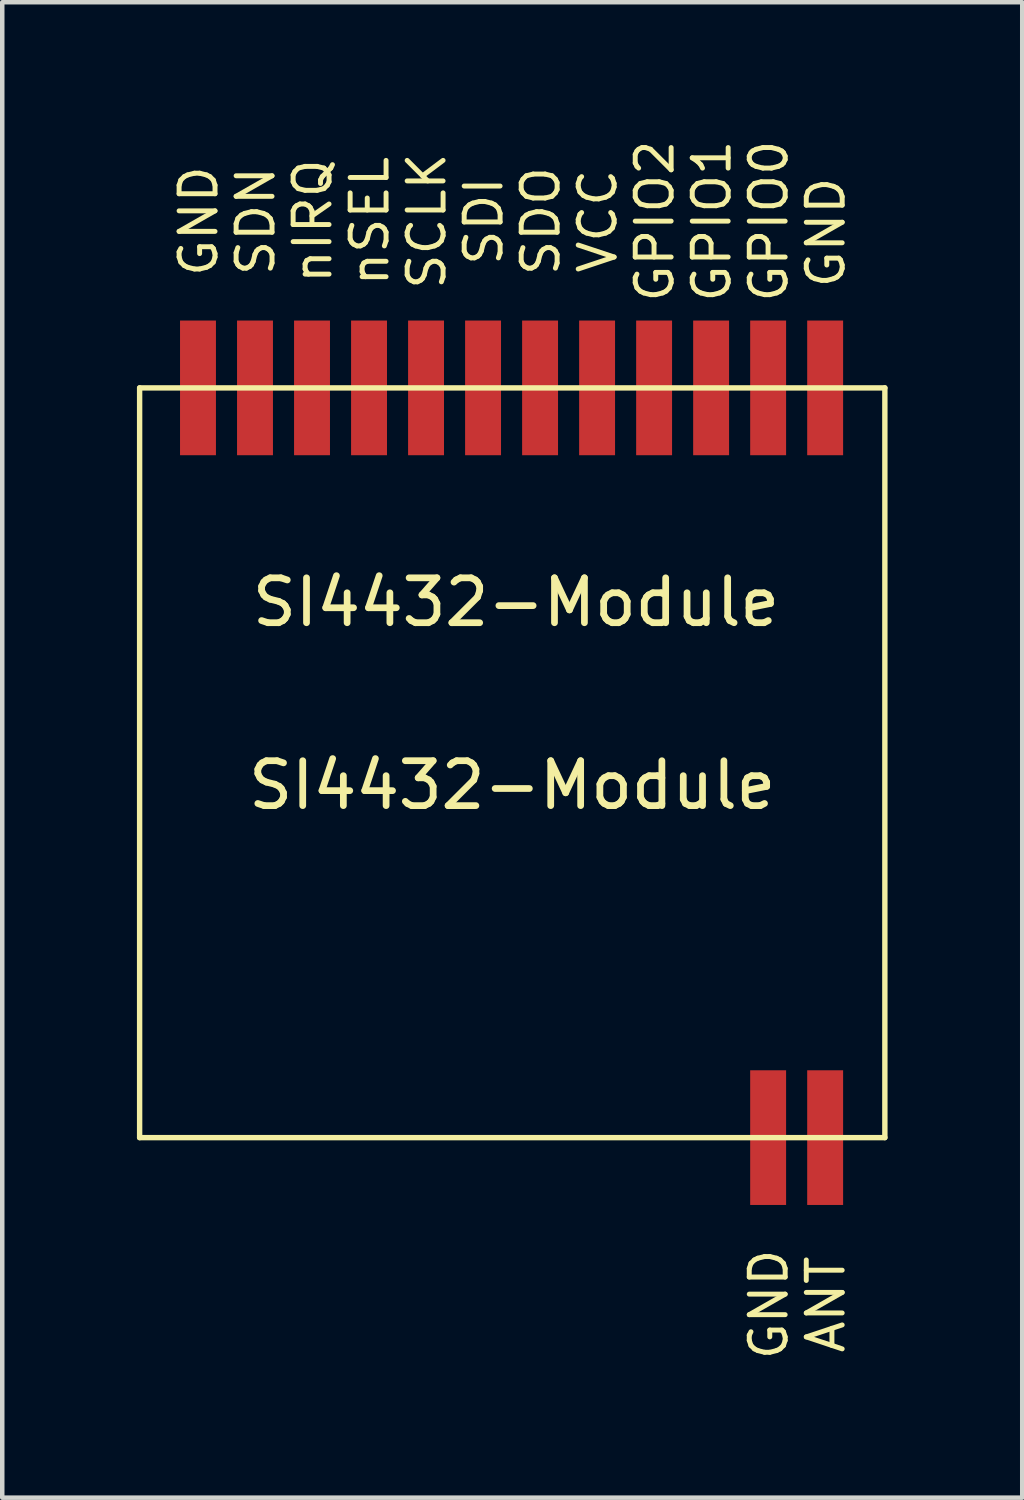
<source format=kicad_pcb>
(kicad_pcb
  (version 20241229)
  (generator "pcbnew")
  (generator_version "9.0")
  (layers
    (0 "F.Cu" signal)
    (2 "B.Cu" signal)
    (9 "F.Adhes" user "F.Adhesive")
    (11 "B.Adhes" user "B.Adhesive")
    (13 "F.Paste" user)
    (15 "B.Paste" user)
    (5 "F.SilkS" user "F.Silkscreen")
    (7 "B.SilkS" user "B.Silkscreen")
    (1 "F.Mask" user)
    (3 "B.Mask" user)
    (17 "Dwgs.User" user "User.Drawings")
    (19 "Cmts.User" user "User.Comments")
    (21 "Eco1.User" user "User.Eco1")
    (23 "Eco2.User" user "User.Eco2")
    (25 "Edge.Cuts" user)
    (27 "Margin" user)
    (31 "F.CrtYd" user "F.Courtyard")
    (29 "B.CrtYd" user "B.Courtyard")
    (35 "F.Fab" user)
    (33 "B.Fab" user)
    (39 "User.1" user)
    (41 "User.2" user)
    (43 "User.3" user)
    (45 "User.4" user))
  (footprint "SI4432-Module"
    (layer "F.Cu")
    (at 8.36 13.94)
    (property "Reference" "SI4432-Module" (at 0 0.5 0) (layer "F.SilkS") (effects (font (size 1 1) (thickness 0.15))))
    (attr through_hole)
    (fp_line (start -8.3 -8.35) (end -8.3 8.35) (stroke (width 0.12) (type solid)) (layer "F.SilkS"))
    (fp_line (start -8.3 -8.35) (end 8.3 -8.35) (stroke (width 0.12) (type solid)) (layer "F.SilkS"))
    (fp_line (start -8.3 8.35) (end 8.3 8.35) (stroke (width 0.12) (type solid)) (layer "F.SilkS"))
    (fp_line (start 8.3 -8.35) (end 8.3 8.35) (stroke (width 0.12) (type solid)) (layer "F.SilkS"))
    (fp_text user "ANT" (at 6.985 12.065 90) (layer "F.SilkS") (effects (font (size 0.8 0.8) (thickness 0.11))))
    (fp_text user "SDI" (at -0.635 -12.065 90) (layer "F.SilkS") (effects (font (size 0.8 0.8) (thickness 0.11))))
    (fp_text user "VCC" (at 1.905 -12.065 90) (layer "F.SilkS") (effects (font (size 0.8 0.8) (thickness 0.11))))
    (fp_text user "GND" (at 5.715 12.065 90) (layer "F.SilkS") (effects (font (size 0.8 0.8) (thickness 0.11))))
    (fp_text user "GPIO1" (at 4.445 -12.065 90) (layer "F.SilkS") (effects (font (size 0.8 0.8) (thickness 0.11))))
    (fp_text user "nIRQ" (at -4.445 -12.065 90) (layer "F.SilkS") (effects (font (size 0.8 0.8) (thickness 0.11))))
    (fp_text user "GND" (at -6.985 -12.065 90) (layer "F.SilkS") (effects (font (size 0.8 0.8) (thickness 0.11))))
    (fp_text user "GPIO0" (at 5.715 -12.065 90) (layer "F.SilkS") (effects (font (size 0.8 0.8) (thickness 0.11))))
    (fp_text user "GND" (at 6.985 -11.811 90) (layer "F.SilkS") (effects (font (size 0.8 0.8) (thickness 0.11))))
    (fp_text user "GPIO2" (at 3.175 -12.065 90) (layer "F.SilkS") (effects (font (size 0.8 0.8) (thickness 0.11))))
    (fp_text user "SI4432-Module" (at 0.084 -3.574 0) (layer "F.SilkS") (effects (font (size 1 1) (thickness 0.15))))
    (fp_text user "SDO" (at 0.635 -12.065 90) (layer "F.SilkS") (effects (font (size 0.8 0.8) (thickness 0.11))))
    (fp_text user "SCLK" (at -1.905 -12.065 90) (layer "F.SilkS") (effects (font (size 0.8 0.8) (thickness 0.11))))
    (fp_text user "SDN" (at -5.715 -12.065 90) (layer "F.SilkS") (effects (font (size 0.8 0.8) (thickness 0.11))))
    (fp_text user "nSEL" (at -3.175 -12.065 90) (layer "F.SilkS") (effects (font (size 0.8 0.8) (thickness 0.11))))
    (pad "1" smd rect (at 6.97 -8.35) (size 0.8 3) (layers "F.Cu" "F.Mask" "F.Paste"))
    (pad "2" smd rect (at 5.7 -8.35) (size 0.8 3) (layers "F.Cu" "F.Mask" "F.Paste"))
    (pad "3" smd rect (at 4.43 -8.35) (size 0.8 3) (layers "F.Cu" "F.Mask" "F.Paste"))
    (pad "4" smd rect (at 3.16 -8.35) (size 0.8 3) (layers "F.Cu" "F.Mask" "F.Paste"))
    (pad "5" smd rect (at 1.89 -8.35) (size 0.8 3) (layers "F.Cu" "F.Mask" "F.Paste"))
    (pad "6" smd rect (at 0.62 -8.35) (size 0.8 3) (layers "F.Cu" "F.Mask" "F.Paste"))
    (pad "7" smd rect (at -0.65 -8.35) (size 0.8 3) (layers "F.Cu" "F.Mask" "F.Paste"))
    (pad "8" smd rect (at -1.92 -8.35) (size 0.8 3) (layers "F.Cu" "F.Mask" "F.Paste"))
    (pad "9" smd rect (at -3.19 -8.35) (size 0.8 3) (layers "F.Cu" "F.Mask" "F.Paste"))
    (pad "10" smd rect (at -4.46 -8.35) (size 0.8 3) (layers "F.Cu" "F.Mask" "F.Paste"))
    (pad "11" smd rect (at -5.73 -8.35) (size 0.8 3) (layers "F.Cu" "F.Mask" "F.Paste"))
    (pad "12" smd rect (at -7 -8.35) (size 0.8 3) (layers "F.Cu" "F.Mask" "F.Paste"))
    (pad "13" smd rect (at 6.97 8.35) (size 0.8 3) (layers "F.Cu" "F.Mask" "F.Paste"))
    (pad "14" smd rect (at 5.7 8.35) (size 0.8 3) (layers "F.Cu" "F.Mask" "F.Paste")))
  (gr_rect
    (start -3 -3)
    (end 19.72 30.31)
    (stroke (width 0.1) (type default))
    (fill no)
    (layer "Edge.Cuts")))
</source>
